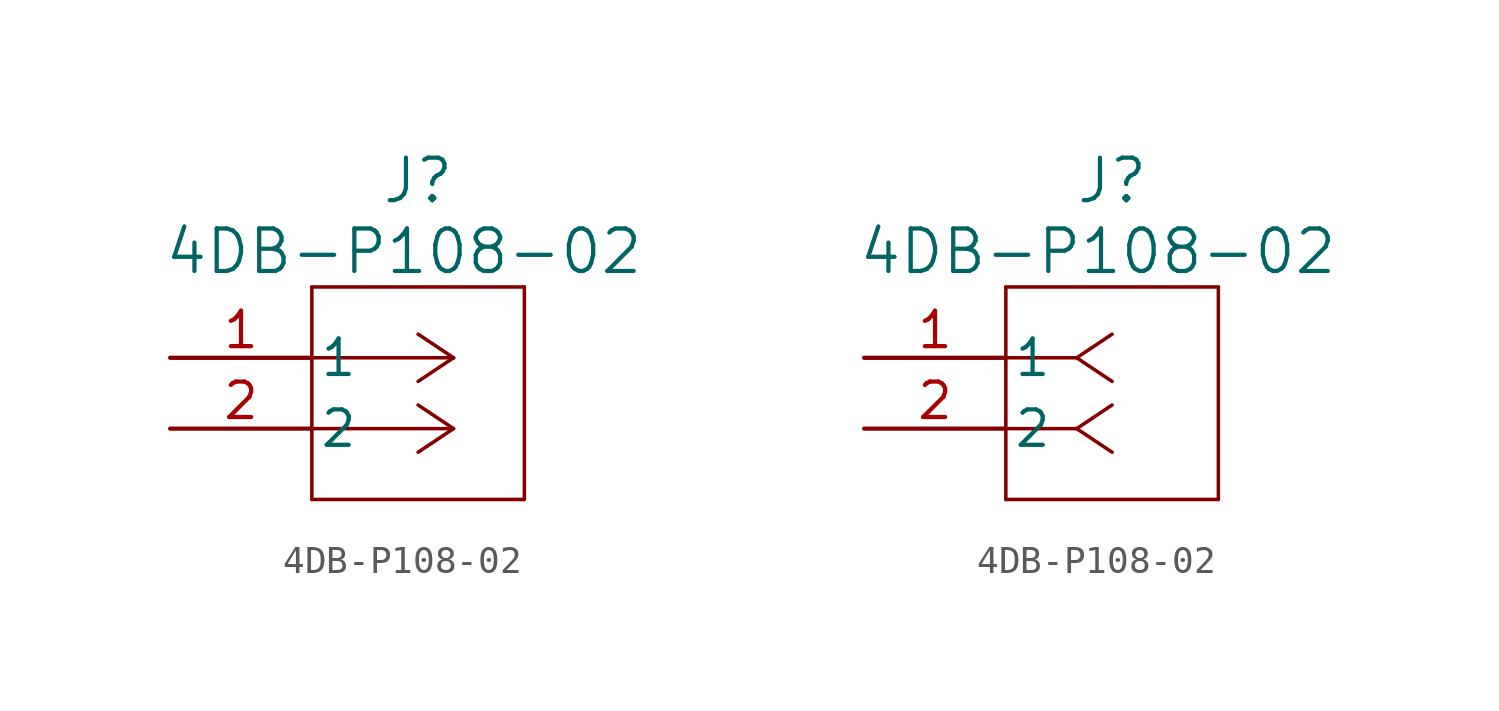
<source format=kicad_sym>
(kicad_symbol_lib
  (version 20231120)
  (generator "kicad_symbol_editor")
  (generator_version "8.0")
  (symbol "4DB-P108-02"
    (pin_names
      (offset 0.254))
    (property "Reference" "J"
      (at 8.89 6.35 0)
      (effects (font (size 1.524 1.524))))
    (property "Value" "4DB-P108-02"
      (at 8.382 3.81 0)
      (effects (font (size 1.524 1.524))))
    (symbol "4DB-P108-02_1_1"
      (polyline (pts (xy 5.08 -5.08) (xy 12.7 -5.08)) (stroke (width 0.127) (type default)) (fill (type none)))
      (polyline (pts (xy 5.08 2.54) (xy 5.08 -5.08)) (stroke (width 0.127) (type default)) (fill (type none)))
      (polyline (pts (xy 10.16 -2.54) (xy 5.08 -2.54)) (stroke (width 0.127) (type default)) (fill (type none)))
      (polyline (pts (xy 10.16 -2.54) (xy 8.89 -3.387)) (stroke (width 0.127) (type default)) (fill (type none)))
      (polyline (pts (xy 10.16 -2.54) (xy 8.89 -1.693)) (stroke (width 0.127) (type default)) (fill (type none)))
      (polyline (pts (xy 10.16 0) (xy 5.08 0)) (stroke (width 0.127) (type default)) (fill (type none)))
      (polyline (pts (xy 10.16 0) (xy 8.89 -0.847)) (stroke (width 0.127) (type default)) (fill (type none)))
      (polyline (pts (xy 10.16 0) (xy 8.89 0.847)) (stroke (width 0.127) (type default)) (fill (type none)))
      (polyline (pts (xy 12.7 -5.08) (xy 12.7 2.54)) (stroke (width 0.127) (type default)) (fill (type none)))
      (polyline (pts (xy 12.7 2.54) (xy 5.08 2.54)) (stroke (width 0.127) (type default)) (fill (type none)))
      (pin unspecified line (at 0 0 0) (length 5.08) (name "1" (effects (font (size 1.27 1.27)))) (number "1" (effects (font (size 1.27 1.27)))))
      (pin unspecified line (at 0 -2.54 0) (length 5.08) (name "2" (effects (font (size 1.27 1.27)))) (number "2" (effects (font (size 1.27 1.27))))))
    (symbol "4DB-P108-02_1_2"
      (polyline (pts (xy 5.08 -5.08) (xy 12.7 -5.08)) (stroke (width 0.127) (type default)) (fill (type none)))
      (polyline (pts (xy 5.08 2.54) (xy 5.08 -5.08)) (stroke (width 0.127) (type default)) (fill (type none)))
      (polyline (pts (xy 7.62 -2.54) (xy 5.08 -2.54)) (stroke (width 0.127) (type default)) (fill (type none)))
      (polyline (pts (xy 7.62 -2.54) (xy 8.89 -3.387)) (stroke (width 0.127) (type default)) (fill (type none)))
      (polyline (pts (xy 7.62 -2.54) (xy 8.89 -1.693)) (stroke (width 0.127) (type default)) (fill (type none)))
      (polyline (pts (xy 7.62 0) (xy 5.08 0)) (stroke (width 0.127) (type default)) (fill (type none)))
      (polyline (pts (xy 7.62 0) (xy 8.89 -0.847)) (stroke (width 0.127) (type default)) (fill (type none)))
      (polyline (pts (xy 7.62 0) (xy 8.89 0.847)) (stroke (width 0.127) (type default)) (fill (type none)))
      (polyline (pts (xy 12.7 -5.08) (xy 12.7 2.54)) (stroke (width 0.127) (type default)) (fill (type none)))
      (polyline (pts (xy 12.7 2.54) (xy 5.08 2.54)) (stroke (width 0.127) (type default)) (fill (type none)))
      (pin unspecified line (at 0 0 0) (length 5.08) (name "1" (effects (font (size 1.27 1.27)))) (number "1" (effects (font (size 1.27 1.27)))))
      (pin unspecified line (at 0 -2.54 0) (length 5.08) (name "2" (effects (font (size 1.27 1.27)))) (number "2" (effects (font (size 1.27 1.27))))))))
</source>
